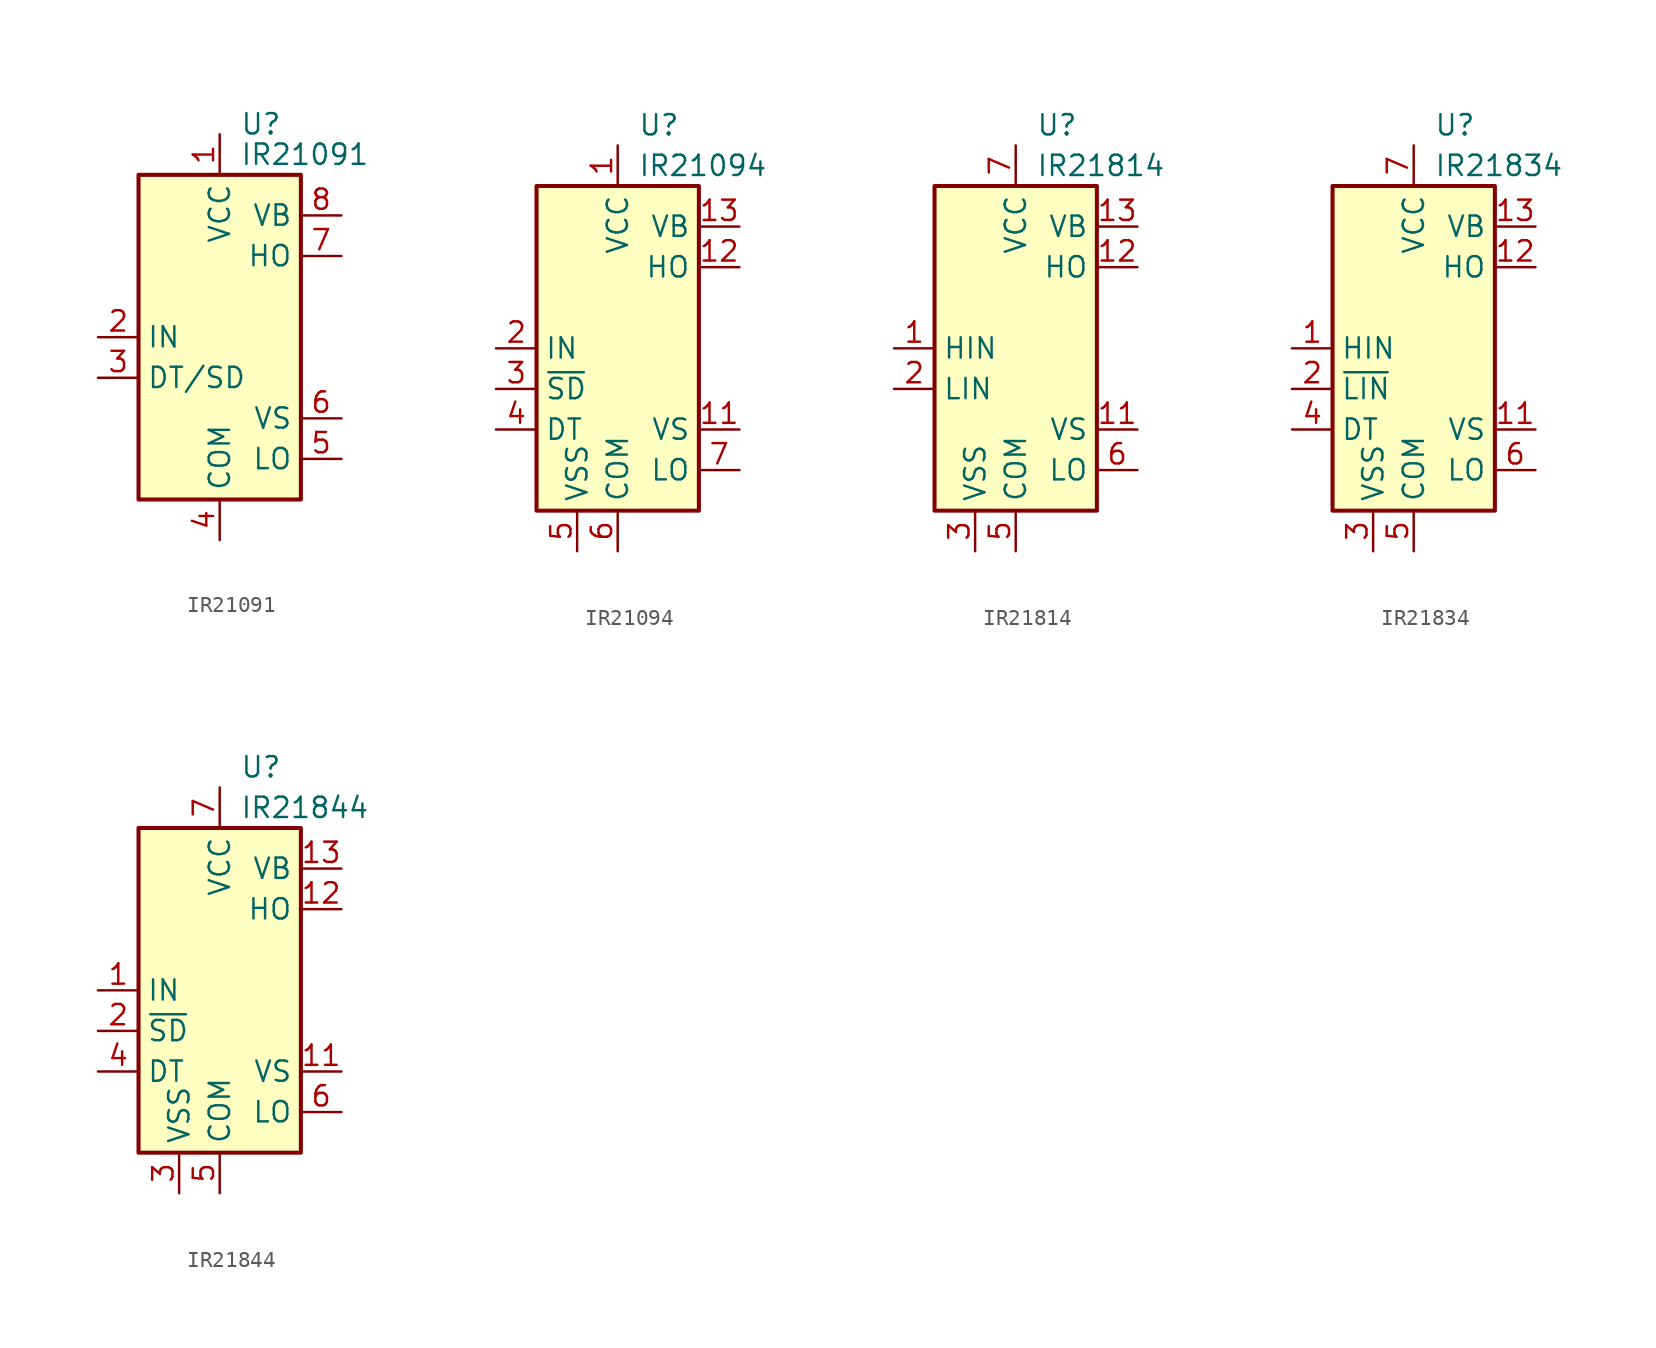
<source format=kicad_sym>
(kicad_symbol_lib
  (version 20200908)
  (generator kicad_symbol_editor)
  (symbol "Driver_FET:IR21091"
    (property "Reference" "U"
      (at 1.27 13.335 0)
      (effects (font (size 1.27 1.27)) (justify left)))
    (property "Value" "IR21091"
      (at 1.27 11.43 0)
      (effects (font (size 1.27 1.27)) (justify left)))
    (symbol "IR21091_0_1"
      (rectangle (start -5.08 -10.16) (end 5.08 10.16) (stroke (width 0.254)) (fill (type background))))
    (symbol "IR21091_1_1"
      (pin power_in line (at 0 12.7 270) (length 2.54) (name "VCC" (effects (font (size 1.27 1.27)))) (number "1" (effects (font (size 1.27 1.27)))))
      (pin input line (at -7.62 0 0) (length 2.54) (name "IN" (effects (font (size 1.27 1.27)))) (number "2" (effects (font (size 1.27 1.27)))))
      (pin input line (at -7.62 -2.54 0) (length 2.54) (name "DT/SD" (effects (font (size 1.27 1.27)))) (number "3" (effects (font (size 1.27 1.27)))))
      (pin power_in line (at 0 -12.7 90) (length 2.54) (name "COM" (effects (font (size 1.27 1.27)))) (number "4" (effects (font (size 1.27 1.27)))))
      (pin output line (at 7.62 -7.62 180) (length 2.54) (name "LO" (effects (font (size 1.27 1.27)))) (number "5" (effects (font (size 1.27 1.27)))))
      (pin passive line (at 7.62 -5.08 180) (length 2.54) (name "VS" (effects (font (size 1.27 1.27)))) (number "6" (effects (font (size 1.27 1.27)))))
      (pin output line (at 7.62 5.08 180) (length 2.54) (name "HO" (effects (font (size 1.27 1.27)))) (number "7" (effects (font (size 1.27 1.27)))))
      (pin passive line (at 7.62 7.62 180) (length 2.54) (name "VB" (effects (font (size 1.27 1.27)))) (number "8" (effects (font (size 1.27 1.27)))))))
  (symbol "Driver_FET:IR21094"
    (property "Reference" "U"
      (at 1.27 13.97 0)
      (effects (font (size 1.27 1.27)) (justify left)))
    (property "Value" "IR21094"
      (at 1.27 11.43 0)
      (effects (font (size 1.27 1.27)) (justify left)))
    (symbol "IR21094_0_1"
      (rectangle (start -5.08 -10.16) (end 5.08 10.16) (stroke (width 0.254)) (fill (type background))))
    (symbol "IR21094_1_1"
      (pin power_in line (at 0 12.7 270) (length 2.54) (name "VCC" (effects (font (size 1.27 1.27)))) (number "1" (effects (font (size 1.27 1.27)))))
      (pin unconnected line (at -5.08 2.54 0) (length 2.54) hide (name "NC" (effects (font (size 1.27 1.27)))) (number "10" (effects (font (size 1.27 1.27)))))
      (pin passive line (at 7.62 -5.08 180) (length 2.54) (name "VS" (effects (font (size 1.27 1.27)))) (number "11" (effects (font (size 1.27 1.27)))))
      (pin output line (at 7.62 5.08 180) (length 2.54) (name "HO" (effects (font (size 1.27 1.27)))) (number "12" (effects (font (size 1.27 1.27)))))
      (pin passive line (at 7.62 7.62 180) (length 2.54) (name "VB" (effects (font (size 1.27 1.27)))) (number "13" (effects (font (size 1.27 1.27)))))
      (pin unconnected line (at 5.08 2.54 180) (length 2.54) hide (name "NC" (effects (font (size 1.27 1.27)))) (number "14" (effects (font (size 1.27 1.27)))))
      (pin input line (at -7.62 0 0) (length 2.54) (name "IN" (effects (font (size 1.27 1.27)))) (number "2" (effects (font (size 1.27 1.27)))))
      (pin input line (at -7.62 -2.54 0) (length 2.54) (name "~SD" (effects (font (size 1.27 1.27)))) (number "3" (effects (font (size 1.27 1.27)))))
      (pin input line (at -7.62 -5.08 0) (length 2.54) (name "DT" (effects (font (size 1.27 1.27)))) (number "4" (effects (font (size 1.27 1.27)))))
      (pin power_in line (at -2.54 -12.7 90) (length 2.54) (name "VSS" (effects (font (size 1.27 1.27)))) (number "5" (effects (font (size 1.27 1.27)))))
      (pin power_in line (at 0 -12.7 90) (length 2.54) (name "COM" (effects (font (size 1.27 1.27)))) (number "6" (effects (font (size 1.27 1.27)))))
      (pin output line (at 7.62 -7.62 180) (length 2.54) (name "LO" (effects (font (size 1.27 1.27)))) (number "7" (effects (font (size 1.27 1.27)))))
      (pin unconnected line (at -5.08 7.62 0) (length 2.54) hide (name "NC" (effects (font (size 1.27 1.27)))) (number "8" (effects (font (size 1.27 1.27)))))
      (pin unconnected line (at -5.08 5.08 0) (length 2.54) hide (name "NC" (effects (font (size 1.27 1.27)))) (number "9" (effects (font (size 1.27 1.27)))))))
  (symbol "Driver_FET:IR21814"
    (property "Reference" "U"
      (at 1.27 13.97 0)
      (effects (font (size 1.27 1.27)) (justify left)))
    (property "Value" "IR21814"
      (at 1.27 11.43 0)
      (effects (font (size 1.27 1.27)) (justify left)))
    (symbol "IR21814_0_1"
      (rectangle (start -5.08 -10.16) (end 5.08 10.16) (stroke (width 0.254)) (fill (type background))))
    (symbol "IR21814_1_1"
      (pin input line (at -7.62 0 0) (length 2.54) (name "HIN" (effects (font (size 1.27 1.27)))) (number "1" (effects (font (size 1.27 1.27)))))
      (pin unconnected line (at 5.08 2.54 180) (length 2.54) hide (name "NC" (effects (font (size 1.27 1.27)))) (number "10" (effects (font (size 1.27 1.27)))))
      (pin passive line (at 7.62 -5.08 180) (length 2.54) (name "VS" (effects (font (size 1.27 1.27)))) (number "11" (effects (font (size 1.27 1.27)))))
      (pin output line (at 7.62 5.08 180) (length 2.54) (name "HO" (effects (font (size 1.27 1.27)))) (number "12" (effects (font (size 1.27 1.27)))))
      (pin passive line (at 7.62 7.62 180) (length 2.54) (name "VB" (effects (font (size 1.27 1.27)))) (number "13" (effects (font (size 1.27 1.27)))))
      (pin unconnected line (at 5.08 0 180) (length 2.54) hide (name "NC" (effects (font (size 1.27 1.27)))) (number "14" (effects (font (size 1.27 1.27)))))
      (pin input line (at -7.62 -2.54 0) (length 2.54) (name "LIN" (effects (font (size 1.27 1.27)))) (number "2" (effects (font (size 1.27 1.27)))))
      (pin power_in line (at -2.54 -12.7 90) (length 2.54) (name "VSS" (effects (font (size 1.27 1.27)))) (number "3" (effects (font (size 1.27 1.27)))))
      (pin unconnected line (at -5.08 7.62 0) (length 2.54) hide (name "NC" (effects (font (size 1.27 1.27)))) (number "4" (effects (font (size 1.27 1.27)))))
      (pin power_in line (at 0 -12.7 90) (length 2.54) (name "COM" (effects (font (size 1.27 1.27)))) (number "5" (effects (font (size 1.27 1.27)))))
      (pin output line (at 7.62 -7.62 180) (length 2.54) (name "LO" (effects (font (size 1.27 1.27)))) (number "6" (effects (font (size 1.27 1.27)))))
      (pin power_in line (at 0 12.7 270) (length 2.54) (name "VCC" (effects (font (size 1.27 1.27)))) (number "7" (effects (font (size 1.27 1.27)))))
      (pin unconnected line (at -5.08 5.08 0) (length 2.54) hide (name "NC" (effects (font (size 1.27 1.27)))) (number "8" (effects (font (size 1.27 1.27)))))
      (pin unconnected line (at -5.08 2.54 0) (length 2.54) hide (name "NC" (effects (font (size 1.27 1.27)))) (number "9" (effects (font (size 1.27 1.27)))))))
  (symbol "Driver_FET:IR21834"
    (property "Reference" "U"
      (at 1.27 13.97 0)
      (effects (font (size 1.27 1.27)) (justify left)))
    (property "Value" "IR21834"
      (at 1.27 11.43 0)
      (effects (font (size 1.27 1.27)) (justify left)))
    (symbol "IR21834_0_1"
      (rectangle (start -5.08 -10.16) (end 5.08 10.16) (stroke (width 0.254)) (fill (type background))))
    (symbol "IR21834_1_1"
      (pin input line (at -7.62 0 0) (length 2.54) (name "HIN" (effects (font (size 1.27 1.27)))) (number "1" (effects (font (size 1.27 1.27)))))
      (pin unconnected line (at -5.08 2.54 0) (length 2.54) hide (name "NC" (effects (font (size 1.27 1.27)))) (number "10" (effects (font (size 1.27 1.27)))))
      (pin passive line (at 7.62 -5.08 180) (length 2.54) (name "VS" (effects (font (size 1.27 1.27)))) (number "11" (effects (font (size 1.27 1.27)))))
      (pin output line (at 7.62 5.08 180) (length 2.54) (name "HO" (effects (font (size 1.27 1.27)))) (number "12" (effects (font (size 1.27 1.27)))))
      (pin passive line (at 7.62 7.62 180) (length 2.54) (name "VB" (effects (font (size 1.27 1.27)))) (number "13" (effects (font (size 1.27 1.27)))))
      (pin unconnected line (at 5.08 2.54 180) (length 2.54) hide (name "NC" (effects (font (size 1.27 1.27)))) (number "14" (effects (font (size 1.27 1.27)))))
      (pin input line (at -7.62 -2.54 0) (length 2.54) (name "~LIN" (effects (font (size 1.27 1.27)))) (number "2" (effects (font (size 1.27 1.27)))))
      (pin power_in line (at -2.54 -12.7 90) (length 2.54) (name "VSS" (effects (font (size 1.27 1.27)))) (number "3" (effects (font (size 1.27 1.27)))))
      (pin input line (at -7.62 -5.08 0) (length 2.54) (name "DT" (effects (font (size 1.27 1.27)))) (number "4" (effects (font (size 1.27 1.27)))))
      (pin power_in line (at 0 -12.7 90) (length 2.54) (name "COM" (effects (font (size 1.27 1.27)))) (number "5" (effects (font (size 1.27 1.27)))))
      (pin output line (at 7.62 -7.62 180) (length 2.54) (name "LO" (effects (font (size 1.27 1.27)))) (number "6" (effects (font (size 1.27 1.27)))))
      (pin power_in line (at 0 12.7 270) (length 2.54) (name "VCC" (effects (font (size 1.27 1.27)))) (number "7" (effects (font (size 1.27 1.27)))))
      (pin unconnected line (at -5.08 7.62 0) (length 2.54) hide (name "NC" (effects (font (size 1.27 1.27)))) (number "8" (effects (font (size 1.27 1.27)))))
      (pin unconnected line (at -5.08 5.08 0) (length 2.54) hide (name "NC" (effects (font (size 1.27 1.27)))) (number "9" (effects (font (size 1.27 1.27)))))))
  (symbol "Driver_FET:IR21844"
    (property "Reference" "U"
      (at 1.27 13.97 0)
      (effects (font (size 1.27 1.27)) (justify left)))
    (property "Value" "IR21844"
      (at 1.27 11.43 0)
      (effects (font (size 1.27 1.27)) (justify left)))
    (symbol "IR21844_0_1"
      (rectangle (start -5.08 -10.16) (end 5.08 10.16) (stroke (width 0.254)) (fill (type background))))
    (symbol "IR21844_1_1"
      (pin input line (at -7.62 0 0) (length 2.54) (name "IN" (effects (font (size 1.27 1.27)))) (number "1" (effects (font (size 1.27 1.27)))))
      (pin unconnected line (at -5.08 2.54 0) (length 2.54) hide (name "NC" (effects (font (size 1.27 1.27)))) (number "10" (effects (font (size 1.27 1.27)))))
      (pin passive line (at 7.62 -5.08 180) (length 2.54) (name "VS" (effects (font (size 1.27 1.27)))) (number "11" (effects (font (size 1.27 1.27)))))
      (pin output line (at 7.62 5.08 180) (length 2.54) (name "HO" (effects (font (size 1.27 1.27)))) (number "12" (effects (font (size 1.27 1.27)))))
      (pin passive line (at 7.62 7.62 180) (length 2.54) (name "VB" (effects (font (size 1.27 1.27)))) (number "13" (effects (font (size 1.27 1.27)))))
      (pin unconnected line (at 5.08 2.54 180) (length 2.54) hide (name "NC" (effects (font (size 1.27 1.27)))) (number "14" (effects (font (size 1.27 1.27)))))
      (pin input line (at -7.62 -2.54 0) (length 2.54) (name "~SD" (effects (font (size 1.27 1.27)))) (number "2" (effects (font (size 1.27 1.27)))))
      (pin power_in line (at -2.54 -12.7 90) (length 2.54) (name "VSS" (effects (font (size 1.27 1.27)))) (number "3" (effects (font (size 1.27 1.27)))))
      (pin input line (at -7.62 -5.08 0) (length 2.54) (name "DT" (effects (font (size 1.27 1.27)))) (number "4" (effects (font (size 1.27 1.27)))))
      (pin power_in line (at 0 -12.7 90) (length 2.54) (name "COM" (effects (font (size 1.27 1.27)))) (number "5" (effects (font (size 1.27 1.27)))))
      (pin output line (at 7.62 -7.62 180) (length 2.54) (name "LO" (effects (font (size 1.27 1.27)))) (number "6" (effects (font (size 1.27 1.27)))))
      (pin power_in line (at 0 12.7 270) (length 2.54) (name "VCC" (effects (font (size 1.27 1.27)))) (number "7" (effects (font (size 1.27 1.27)))))
      (pin unconnected line (at -5.08 7.62 0) (length 2.54) hide (name "NC" (effects (font (size 1.27 1.27)))) (number "8" (effects (font (size 1.27 1.27)))))
      (pin unconnected line (at -5.08 5.08 0) (length 2.54) hide (name "NC" (effects (font (size 1.27 1.27)))) (number "9" (effects (font (size 1.27 1.27))))))))
</source>
